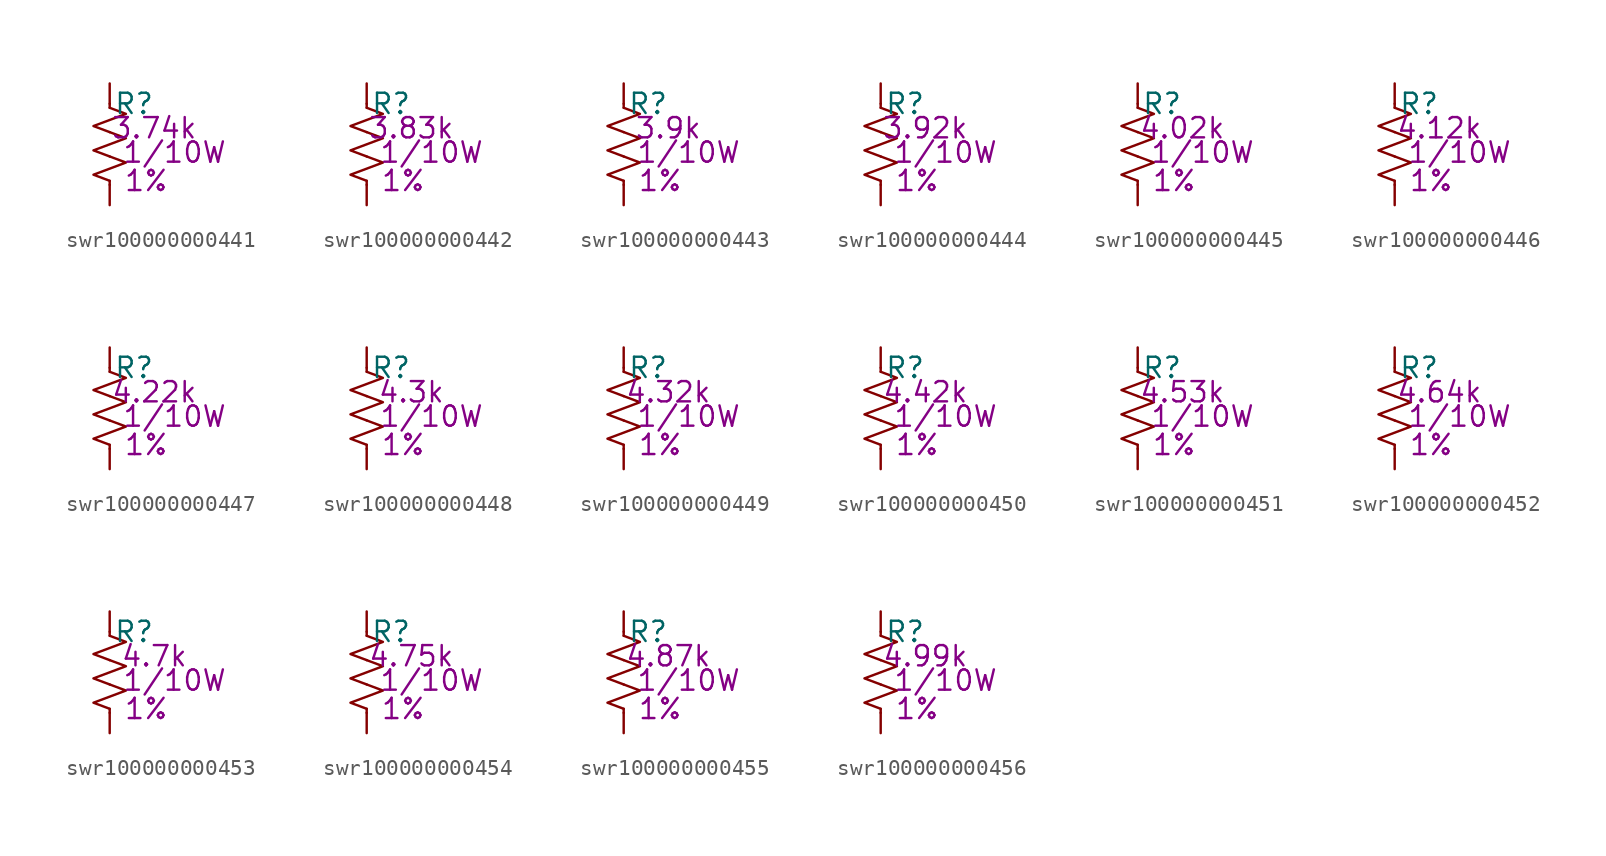
<source format=kicad_sym>
(kicad_symbol_lib
  (version 20211014)
  (generator kicad_symbol_editor)
  (symbol "swr100000000441"
    (pin_numbers hide)
    (pin_names
      (offset 1.016))
    (property "Reference" "R"
      (at 1.524 2.54 0)
      (effects (font (size 1.27 1.27))))
    (property "Tolerance" "1%"
      (at 2.286 -2.286 0)
      (effects (font (size 1.27 1.27))))
    (property "Wattage" "1/10W"
      (at 4.064 -0.508 0)
      (effects (font (size 1.27 1.27))))
    (property "PartValue" "3.74k"
      (at 2.794 1.016 0)
      (effects (font (size 1.27 1.27))))
    (symbol "swr100000000441_1_1"
      (polyline (pts (xy 0 -2.286) (xy 0 -2.54)) (stroke (width 0) (type default) (color 0 0 0 0)) (fill (type none)))
      (polyline (pts (xy 0 2.286) (xy 0 2.54)) (stroke (width 0) (type default) (color 0 0 0 0)) (fill (type none)))
      (polyline (pts (xy 0 -0.762) (xy 1.016 -1.143) (xy 0 -1.524) (xy -1.016 -1.905) (xy 0 -2.286)) (stroke (width 0) (type default) (color 0 0 0 0)) (fill (type none)))
      (polyline (pts (xy 0 0.762) (xy 1.016 0.381) (xy 0 0) (xy -1.016 -0.381) (xy 0 -0.762)) (stroke (width 0) (type default) (color 0 0 0 0)) (fill (type none)))
      (polyline (pts (xy 0 2.286) (xy 1.016 1.905) (xy 0 1.524) (xy -1.016 1.143) (xy 0 0.762)) (stroke (width 0) (type default) (color 0 0 0 0)) (fill (type none)))
      (pin passive line (at 0 3.81 270) (length 1.27) (name "~" (effects (font (size 1.27 1.27)))) (number "1" (effects (font (size 1.27 1.27)))))
      (pin passive line (at 0 -3.81 90) (length 1.27) (name "~" (effects (font (size 1.27 1.27)))) (number "2" (effects (font (size 1.27 1.27)))))))
  (symbol "swr100000000442"
    (pin_numbers hide)
    (pin_names
      (offset 1.016))
    (property "Reference" "R"
      (at 1.524 2.54 0)
      (effects (font (size 1.27 1.27))))
    (property "Tolerance" "1%"
      (at 2.286 -2.286 0)
      (effects (font (size 1.27 1.27))))
    (property "Wattage" "1/10W"
      (at 4.064 -0.508 0)
      (effects (font (size 1.27 1.27))))
    (property "PartValue" "3.83k"
      (at 2.794 1.016 0)
      (effects (font (size 1.27 1.27))))
    (symbol "swr100000000442_1_1"
      (polyline (pts (xy 0 -2.286) (xy 0 -2.54)) (stroke (width 0) (type default) (color 0 0 0 0)) (fill (type none)))
      (polyline (pts (xy 0 2.286) (xy 0 2.54)) (stroke (width 0) (type default) (color 0 0 0 0)) (fill (type none)))
      (polyline (pts (xy 0 -0.762) (xy 1.016 -1.143) (xy 0 -1.524) (xy -1.016 -1.905) (xy 0 -2.286)) (stroke (width 0) (type default) (color 0 0 0 0)) (fill (type none)))
      (polyline (pts (xy 0 0.762) (xy 1.016 0.381) (xy 0 0) (xy -1.016 -0.381) (xy 0 -0.762)) (stroke (width 0) (type default) (color 0 0 0 0)) (fill (type none)))
      (polyline (pts (xy 0 2.286) (xy 1.016 1.905) (xy 0 1.524) (xy -1.016 1.143) (xy 0 0.762)) (stroke (width 0) (type default) (color 0 0 0 0)) (fill (type none)))
      (pin passive line (at 0 3.81 270) (length 1.27) (name "~" (effects (font (size 1.27 1.27)))) (number "1" (effects (font (size 1.27 1.27)))))
      (pin passive line (at 0 -3.81 90) (length 1.27) (name "~" (effects (font (size 1.27 1.27)))) (number "2" (effects (font (size 1.27 1.27)))))))
  (symbol "swr100000000443"
    (pin_numbers hide)
    (pin_names
      (offset 1.016))
    (property "Reference" "R"
      (at 1.524 2.54 0)
      (effects (font (size 1.27 1.27))))
    (property "Tolerance" "1%"
      (at 2.286 -2.286 0)
      (effects (font (size 1.27 1.27))))
    (property "Wattage" "1/10W"
      (at 4.064 -0.508 0)
      (effects (font (size 1.27 1.27))))
    (property "PartValue" "3.9k"
      (at 2.794 1.016 0)
      (effects (font (size 1.27 1.27))))
    (symbol "swr100000000443_1_1"
      (polyline (pts (xy 0 -2.286) (xy 0 -2.54)) (stroke (width 0) (type default) (color 0 0 0 0)) (fill (type none)))
      (polyline (pts (xy 0 2.286) (xy 0 2.54)) (stroke (width 0) (type default) (color 0 0 0 0)) (fill (type none)))
      (polyline (pts (xy 0 -0.762) (xy 1.016 -1.143) (xy 0 -1.524) (xy -1.016 -1.905) (xy 0 -2.286)) (stroke (width 0) (type default) (color 0 0 0 0)) (fill (type none)))
      (polyline (pts (xy 0 0.762) (xy 1.016 0.381) (xy 0 0) (xy -1.016 -0.381) (xy 0 -0.762)) (stroke (width 0) (type default) (color 0 0 0 0)) (fill (type none)))
      (polyline (pts (xy 0 2.286) (xy 1.016 1.905) (xy 0 1.524) (xy -1.016 1.143) (xy 0 0.762)) (stroke (width 0) (type default) (color 0 0 0 0)) (fill (type none)))
      (pin passive line (at 0 3.81 270) (length 1.27) (name "~" (effects (font (size 1.27 1.27)))) (number "1" (effects (font (size 1.27 1.27)))))
      (pin passive line (at 0 -3.81 90) (length 1.27) (name "~" (effects (font (size 1.27 1.27)))) (number "2" (effects (font (size 1.27 1.27)))))))
  (symbol "swr100000000444"
    (pin_numbers hide)
    (pin_names
      (offset 1.016))
    (property "Reference" "R"
      (at 1.524 2.54 0)
      (effects (font (size 1.27 1.27))))
    (property "Tolerance" "1%"
      (at 2.286 -2.286 0)
      (effects (font (size 1.27 1.27))))
    (property "Wattage" "1/10W"
      (at 4.064 -0.508 0)
      (effects (font (size 1.27 1.27))))
    (property "PartValue" "3.92k"
      (at 2.794 1.016 0)
      (effects (font (size 1.27 1.27))))
    (symbol "swr100000000444_1_1"
      (polyline (pts (xy 0 -2.286) (xy 0 -2.54)) (stroke (width 0) (type default) (color 0 0 0 0)) (fill (type none)))
      (polyline (pts (xy 0 2.286) (xy 0 2.54)) (stroke (width 0) (type default) (color 0 0 0 0)) (fill (type none)))
      (polyline (pts (xy 0 -0.762) (xy 1.016 -1.143) (xy 0 -1.524) (xy -1.016 -1.905) (xy 0 -2.286)) (stroke (width 0) (type default) (color 0 0 0 0)) (fill (type none)))
      (polyline (pts (xy 0 0.762) (xy 1.016 0.381) (xy 0 0) (xy -1.016 -0.381) (xy 0 -0.762)) (stroke (width 0) (type default) (color 0 0 0 0)) (fill (type none)))
      (polyline (pts (xy 0 2.286) (xy 1.016 1.905) (xy 0 1.524) (xy -1.016 1.143) (xy 0 0.762)) (stroke (width 0) (type default) (color 0 0 0 0)) (fill (type none)))
      (pin passive line (at 0 3.81 270) (length 1.27) (name "~" (effects (font (size 1.27 1.27)))) (number "1" (effects (font (size 1.27 1.27)))))
      (pin passive line (at 0 -3.81 90) (length 1.27) (name "~" (effects (font (size 1.27 1.27)))) (number "2" (effects (font (size 1.27 1.27)))))))
  (symbol "swr100000000445"
    (pin_numbers hide)
    (pin_names
      (offset 1.016))
    (property "Reference" "R"
      (at 1.524 2.54 0)
      (effects (font (size 1.27 1.27))))
    (property "Tolerance" "1%"
      (at 2.286 -2.286 0)
      (effects (font (size 1.27 1.27))))
    (property "Wattage" "1/10W"
      (at 4.064 -0.508 0)
      (effects (font (size 1.27 1.27))))
    (property "PartValue" "4.02k"
      (at 2.794 1.016 0)
      (effects (font (size 1.27 1.27))))
    (symbol "swr100000000445_1_1"
      (polyline (pts (xy 0 -2.286) (xy 0 -2.54)) (stroke (width 0) (type default) (color 0 0 0 0)) (fill (type none)))
      (polyline (pts (xy 0 2.286) (xy 0 2.54)) (stroke (width 0) (type default) (color 0 0 0 0)) (fill (type none)))
      (polyline (pts (xy 0 -0.762) (xy 1.016 -1.143) (xy 0 -1.524) (xy -1.016 -1.905) (xy 0 -2.286)) (stroke (width 0) (type default) (color 0 0 0 0)) (fill (type none)))
      (polyline (pts (xy 0 0.762) (xy 1.016 0.381) (xy 0 0) (xy -1.016 -0.381) (xy 0 -0.762)) (stroke (width 0) (type default) (color 0 0 0 0)) (fill (type none)))
      (polyline (pts (xy 0 2.286) (xy 1.016 1.905) (xy 0 1.524) (xy -1.016 1.143) (xy 0 0.762)) (stroke (width 0) (type default) (color 0 0 0 0)) (fill (type none)))
      (pin passive line (at 0 3.81 270) (length 1.27) (name "~" (effects (font (size 1.27 1.27)))) (number "1" (effects (font (size 1.27 1.27)))))
      (pin passive line (at 0 -3.81 90) (length 1.27) (name "~" (effects (font (size 1.27 1.27)))) (number "2" (effects (font (size 1.27 1.27)))))))
  (symbol "swr100000000446"
    (pin_numbers hide)
    (pin_names
      (offset 1.016))
    (property "Reference" "R"
      (at 1.524 2.54 0)
      (effects (font (size 1.27 1.27))))
    (property "Tolerance" "1%"
      (at 2.286 -2.286 0)
      (effects (font (size 1.27 1.27))))
    (property "Wattage" "1/10W"
      (at 4.064 -0.508 0)
      (effects (font (size 1.27 1.27))))
    (property "PartValue" "4.12k"
      (at 2.794 1.016 0)
      (effects (font (size 1.27 1.27))))
    (symbol "swr100000000446_1_1"
      (polyline (pts (xy 0 -2.286) (xy 0 -2.54)) (stroke (width 0) (type default) (color 0 0 0 0)) (fill (type none)))
      (polyline (pts (xy 0 2.286) (xy 0 2.54)) (stroke (width 0) (type default) (color 0 0 0 0)) (fill (type none)))
      (polyline (pts (xy 0 -0.762) (xy 1.016 -1.143) (xy 0 -1.524) (xy -1.016 -1.905) (xy 0 -2.286)) (stroke (width 0) (type default) (color 0 0 0 0)) (fill (type none)))
      (polyline (pts (xy 0 0.762) (xy 1.016 0.381) (xy 0 0) (xy -1.016 -0.381) (xy 0 -0.762)) (stroke (width 0) (type default) (color 0 0 0 0)) (fill (type none)))
      (polyline (pts (xy 0 2.286) (xy 1.016 1.905) (xy 0 1.524) (xy -1.016 1.143) (xy 0 0.762)) (stroke (width 0) (type default) (color 0 0 0 0)) (fill (type none)))
      (pin passive line (at 0 3.81 270) (length 1.27) (name "~" (effects (font (size 1.27 1.27)))) (number "1" (effects (font (size 1.27 1.27)))))
      (pin passive line (at 0 -3.81 90) (length 1.27) (name "~" (effects (font (size 1.27 1.27)))) (number "2" (effects (font (size 1.27 1.27)))))))
  (symbol "swr100000000447"
    (pin_numbers hide)
    (pin_names
      (offset 1.016))
    (property "Reference" "R"
      (at 1.524 2.54 0)
      (effects (font (size 1.27 1.27))))
    (property "Tolerance" "1%"
      (at 2.286 -2.286 0)
      (effects (font (size 1.27 1.27))))
    (property "Wattage" "1/10W"
      (at 4.064 -0.508 0)
      (effects (font (size 1.27 1.27))))
    (property "PartValue" "4.22k"
      (at 2.794 1.016 0)
      (effects (font (size 1.27 1.27))))
    (symbol "swr100000000447_1_1"
      (polyline (pts (xy 0 -2.286) (xy 0 -2.54)) (stroke (width 0) (type default) (color 0 0 0 0)) (fill (type none)))
      (polyline (pts (xy 0 2.286) (xy 0 2.54)) (stroke (width 0) (type default) (color 0 0 0 0)) (fill (type none)))
      (polyline (pts (xy 0 -0.762) (xy 1.016 -1.143) (xy 0 -1.524) (xy -1.016 -1.905) (xy 0 -2.286)) (stroke (width 0) (type default) (color 0 0 0 0)) (fill (type none)))
      (polyline (pts (xy 0 0.762) (xy 1.016 0.381) (xy 0 0) (xy -1.016 -0.381) (xy 0 -0.762)) (stroke (width 0) (type default) (color 0 0 0 0)) (fill (type none)))
      (polyline (pts (xy 0 2.286) (xy 1.016 1.905) (xy 0 1.524) (xy -1.016 1.143) (xy 0 0.762)) (stroke (width 0) (type default) (color 0 0 0 0)) (fill (type none)))
      (pin passive line (at 0 3.81 270) (length 1.27) (name "~" (effects (font (size 1.27 1.27)))) (number "1" (effects (font (size 1.27 1.27)))))
      (pin passive line (at 0 -3.81 90) (length 1.27) (name "~" (effects (font (size 1.27 1.27)))) (number "2" (effects (font (size 1.27 1.27)))))))
  (symbol "swr100000000448"
    (pin_numbers hide)
    (pin_names
      (offset 1.016))
    (property "Reference" "R"
      (at 1.524 2.54 0)
      (effects (font (size 1.27 1.27))))
    (property "Tolerance" "1%"
      (at 2.286 -2.286 0)
      (effects (font (size 1.27 1.27))))
    (property "Wattage" "1/10W"
      (at 4.064 -0.508 0)
      (effects (font (size 1.27 1.27))))
    (property "PartValue" "4.3k"
      (at 2.794 1.016 0)
      (effects (font (size 1.27 1.27))))
    (symbol "swr100000000448_1_1"
      (polyline (pts (xy 0 -2.286) (xy 0 -2.54)) (stroke (width 0) (type default) (color 0 0 0 0)) (fill (type none)))
      (polyline (pts (xy 0 2.286) (xy 0 2.54)) (stroke (width 0) (type default) (color 0 0 0 0)) (fill (type none)))
      (polyline (pts (xy 0 -0.762) (xy 1.016 -1.143) (xy 0 -1.524) (xy -1.016 -1.905) (xy 0 -2.286)) (stroke (width 0) (type default) (color 0 0 0 0)) (fill (type none)))
      (polyline (pts (xy 0 0.762) (xy 1.016 0.381) (xy 0 0) (xy -1.016 -0.381) (xy 0 -0.762)) (stroke (width 0) (type default) (color 0 0 0 0)) (fill (type none)))
      (polyline (pts (xy 0 2.286) (xy 1.016 1.905) (xy 0 1.524) (xy -1.016 1.143) (xy 0 0.762)) (stroke (width 0) (type default) (color 0 0 0 0)) (fill (type none)))
      (pin passive line (at 0 3.81 270) (length 1.27) (name "~" (effects (font (size 1.27 1.27)))) (number "1" (effects (font (size 1.27 1.27)))))
      (pin passive line (at 0 -3.81 90) (length 1.27) (name "~" (effects (font (size 1.27 1.27)))) (number "2" (effects (font (size 1.27 1.27)))))))
  (symbol "swr100000000449"
    (pin_numbers hide)
    (pin_names
      (offset 1.016))
    (property "Reference" "R"
      (at 1.524 2.54 0)
      (effects (font (size 1.27 1.27))))
    (property "Tolerance" "1%"
      (at 2.286 -2.286 0)
      (effects (font (size 1.27 1.27))))
    (property "Wattage" "1/10W"
      (at 4.064 -0.508 0)
      (effects (font (size 1.27 1.27))))
    (property "PartValue" "4.32k"
      (at 2.794 1.016 0)
      (effects (font (size 1.27 1.27))))
    (symbol "swr100000000449_1_1"
      (polyline (pts (xy 0 -2.286) (xy 0 -2.54)) (stroke (width 0) (type default) (color 0 0 0 0)) (fill (type none)))
      (polyline (pts (xy 0 2.286) (xy 0 2.54)) (stroke (width 0) (type default) (color 0 0 0 0)) (fill (type none)))
      (polyline (pts (xy 0 -0.762) (xy 1.016 -1.143) (xy 0 -1.524) (xy -1.016 -1.905) (xy 0 -2.286)) (stroke (width 0) (type default) (color 0 0 0 0)) (fill (type none)))
      (polyline (pts (xy 0 0.762) (xy 1.016 0.381) (xy 0 0) (xy -1.016 -0.381) (xy 0 -0.762)) (stroke (width 0) (type default) (color 0 0 0 0)) (fill (type none)))
      (polyline (pts (xy 0 2.286) (xy 1.016 1.905) (xy 0 1.524) (xy -1.016 1.143) (xy 0 0.762)) (stroke (width 0) (type default) (color 0 0 0 0)) (fill (type none)))
      (pin passive line (at 0 3.81 270) (length 1.27) (name "~" (effects (font (size 1.27 1.27)))) (number "1" (effects (font (size 1.27 1.27)))))
      (pin passive line (at 0 -3.81 90) (length 1.27) (name "~" (effects (font (size 1.27 1.27)))) (number "2" (effects (font (size 1.27 1.27)))))))
  (symbol "swr100000000450"
    (pin_numbers hide)
    (pin_names
      (offset 1.016))
    (property "Reference" "R"
      (at 1.524 2.54 0)
      (effects (font (size 1.27 1.27))))
    (property "Tolerance" "1%"
      (at 2.286 -2.286 0)
      (effects (font (size 1.27 1.27))))
    (property "Wattage" "1/10W"
      (at 4.064 -0.508 0)
      (effects (font (size 1.27 1.27))))
    (property "PartValue" "4.42k"
      (at 2.794 1.016 0)
      (effects (font (size 1.27 1.27))))
    (symbol "swr100000000450_1_1"
      (polyline (pts (xy 0 -2.286) (xy 0 -2.54)) (stroke (width 0) (type default) (color 0 0 0 0)) (fill (type none)))
      (polyline (pts (xy 0 2.286) (xy 0 2.54)) (stroke (width 0) (type default) (color 0 0 0 0)) (fill (type none)))
      (polyline (pts (xy 0 -0.762) (xy 1.016 -1.143) (xy 0 -1.524) (xy -1.016 -1.905) (xy 0 -2.286)) (stroke (width 0) (type default) (color 0 0 0 0)) (fill (type none)))
      (polyline (pts (xy 0 0.762) (xy 1.016 0.381) (xy 0 0) (xy -1.016 -0.381) (xy 0 -0.762)) (stroke (width 0) (type default) (color 0 0 0 0)) (fill (type none)))
      (polyline (pts (xy 0 2.286) (xy 1.016 1.905) (xy 0 1.524) (xy -1.016 1.143) (xy 0 0.762)) (stroke (width 0) (type default) (color 0 0 0 0)) (fill (type none)))
      (pin passive line (at 0 3.81 270) (length 1.27) (name "~" (effects (font (size 1.27 1.27)))) (number "1" (effects (font (size 1.27 1.27)))))
      (pin passive line (at 0 -3.81 90) (length 1.27) (name "~" (effects (font (size 1.27 1.27)))) (number "2" (effects (font (size 1.27 1.27)))))))
  (symbol "swr100000000451"
    (pin_numbers hide)
    (pin_names
      (offset 1.016))
    (property "Reference" "R"
      (at 1.524 2.54 0)
      (effects (font (size 1.27 1.27))))
    (property "Tolerance" "1%"
      (at 2.286 -2.286 0)
      (effects (font (size 1.27 1.27))))
    (property "Wattage" "1/10W"
      (at 4.064 -0.508 0)
      (effects (font (size 1.27 1.27))))
    (property "PartValue" "4.53k"
      (at 2.794 1.016 0)
      (effects (font (size 1.27 1.27))))
    (symbol "swr100000000451_1_1"
      (polyline (pts (xy 0 -2.286) (xy 0 -2.54)) (stroke (width 0) (type default) (color 0 0 0 0)) (fill (type none)))
      (polyline (pts (xy 0 2.286) (xy 0 2.54)) (stroke (width 0) (type default) (color 0 0 0 0)) (fill (type none)))
      (polyline (pts (xy 0 -0.762) (xy 1.016 -1.143) (xy 0 -1.524) (xy -1.016 -1.905) (xy 0 -2.286)) (stroke (width 0) (type default) (color 0 0 0 0)) (fill (type none)))
      (polyline (pts (xy 0 0.762) (xy 1.016 0.381) (xy 0 0) (xy -1.016 -0.381) (xy 0 -0.762)) (stroke (width 0) (type default) (color 0 0 0 0)) (fill (type none)))
      (polyline (pts (xy 0 2.286) (xy 1.016 1.905) (xy 0 1.524) (xy -1.016 1.143) (xy 0 0.762)) (stroke (width 0) (type default) (color 0 0 0 0)) (fill (type none)))
      (pin passive line (at 0 3.81 270) (length 1.27) (name "~" (effects (font (size 1.27 1.27)))) (number "1" (effects (font (size 1.27 1.27)))))
      (pin passive line (at 0 -3.81 90) (length 1.27) (name "~" (effects (font (size 1.27 1.27)))) (number "2" (effects (font (size 1.27 1.27)))))))
  (symbol "swr100000000452"
    (pin_numbers hide)
    (pin_names
      (offset 1.016))
    (property "Reference" "R"
      (at 1.524 2.54 0)
      (effects (font (size 1.27 1.27))))
    (property "Tolerance" "1%"
      (at 2.286 -2.286 0)
      (effects (font (size 1.27 1.27))))
    (property "Wattage" "1/10W"
      (at 4.064 -0.508 0)
      (effects (font (size 1.27 1.27))))
    (property "PartValue" "4.64k"
      (at 2.794 1.016 0)
      (effects (font (size 1.27 1.27))))
    (symbol "swr100000000452_1_1"
      (polyline (pts (xy 0 -2.286) (xy 0 -2.54)) (stroke (width 0) (type default) (color 0 0 0 0)) (fill (type none)))
      (polyline (pts (xy 0 2.286) (xy 0 2.54)) (stroke (width 0) (type default) (color 0 0 0 0)) (fill (type none)))
      (polyline (pts (xy 0 -0.762) (xy 1.016 -1.143) (xy 0 -1.524) (xy -1.016 -1.905) (xy 0 -2.286)) (stroke (width 0) (type default) (color 0 0 0 0)) (fill (type none)))
      (polyline (pts (xy 0 0.762) (xy 1.016 0.381) (xy 0 0) (xy -1.016 -0.381) (xy 0 -0.762)) (stroke (width 0) (type default) (color 0 0 0 0)) (fill (type none)))
      (polyline (pts (xy 0 2.286) (xy 1.016 1.905) (xy 0 1.524) (xy -1.016 1.143) (xy 0 0.762)) (stroke (width 0) (type default) (color 0 0 0 0)) (fill (type none)))
      (pin passive line (at 0 3.81 270) (length 1.27) (name "~" (effects (font (size 1.27 1.27)))) (number "1" (effects (font (size 1.27 1.27)))))
      (pin passive line (at 0 -3.81 90) (length 1.27) (name "~" (effects (font (size 1.27 1.27)))) (number "2" (effects (font (size 1.27 1.27)))))))
  (symbol "swr100000000453"
    (pin_numbers hide)
    (pin_names
      (offset 1.016))
    (property "Reference" "R"
      (at 1.524 2.54 0)
      (effects (font (size 1.27 1.27))))
    (property "Tolerance" "1%"
      (at 2.286 -2.286 0)
      (effects (font (size 1.27 1.27))))
    (property "Wattage" "1/10W"
      (at 4.064 -0.508 0)
      (effects (font (size 1.27 1.27))))
    (property "PartValue" "4.7k"
      (at 2.794 1.016 0)
      (effects (font (size 1.27 1.27))))
    (symbol "swr100000000453_1_1"
      (polyline (pts (xy 0 -2.286) (xy 0 -2.54)) (stroke (width 0) (type default) (color 0 0 0 0)) (fill (type none)))
      (polyline (pts (xy 0 2.286) (xy 0 2.54)) (stroke (width 0) (type default) (color 0 0 0 0)) (fill (type none)))
      (polyline (pts (xy 0 -0.762) (xy 1.016 -1.143) (xy 0 -1.524) (xy -1.016 -1.905) (xy 0 -2.286)) (stroke (width 0) (type default) (color 0 0 0 0)) (fill (type none)))
      (polyline (pts (xy 0 0.762) (xy 1.016 0.381) (xy 0 0) (xy -1.016 -0.381) (xy 0 -0.762)) (stroke (width 0) (type default) (color 0 0 0 0)) (fill (type none)))
      (polyline (pts (xy 0 2.286) (xy 1.016 1.905) (xy 0 1.524) (xy -1.016 1.143) (xy 0 0.762)) (stroke (width 0) (type default) (color 0 0 0 0)) (fill (type none)))
      (pin passive line (at 0 3.81 270) (length 1.27) (name "~" (effects (font (size 1.27 1.27)))) (number "1" (effects (font (size 1.27 1.27)))))
      (pin passive line (at 0 -3.81 90) (length 1.27) (name "~" (effects (font (size 1.27 1.27)))) (number "2" (effects (font (size 1.27 1.27)))))))
  (symbol "swr100000000454"
    (pin_numbers hide)
    (pin_names
      (offset 1.016))
    (property "Reference" "R"
      (at 1.524 2.54 0)
      (effects (font (size 1.27 1.27))))
    (property "Tolerance" "1%"
      (at 2.286 -2.286 0)
      (effects (font (size 1.27 1.27))))
    (property "Wattage" "1/10W"
      (at 4.064 -0.508 0)
      (effects (font (size 1.27 1.27))))
    (property "PartValue" "4.75k"
      (at 2.794 1.016 0)
      (effects (font (size 1.27 1.27))))
    (symbol "swr100000000454_1_1"
      (polyline (pts (xy 0 -2.286) (xy 0 -2.54)) (stroke (width 0) (type default) (color 0 0 0 0)) (fill (type none)))
      (polyline (pts (xy 0 2.286) (xy 0 2.54)) (stroke (width 0) (type default) (color 0 0 0 0)) (fill (type none)))
      (polyline (pts (xy 0 -0.762) (xy 1.016 -1.143) (xy 0 -1.524) (xy -1.016 -1.905) (xy 0 -2.286)) (stroke (width 0) (type default) (color 0 0 0 0)) (fill (type none)))
      (polyline (pts (xy 0 0.762) (xy 1.016 0.381) (xy 0 0) (xy -1.016 -0.381) (xy 0 -0.762)) (stroke (width 0) (type default) (color 0 0 0 0)) (fill (type none)))
      (polyline (pts (xy 0 2.286) (xy 1.016 1.905) (xy 0 1.524) (xy -1.016 1.143) (xy 0 0.762)) (stroke (width 0) (type default) (color 0 0 0 0)) (fill (type none)))
      (pin passive line (at 0 3.81 270) (length 1.27) (name "~" (effects (font (size 1.27 1.27)))) (number "1" (effects (font (size 1.27 1.27)))))
      (pin passive line (at 0 -3.81 90) (length 1.27) (name "~" (effects (font (size 1.27 1.27)))) (number "2" (effects (font (size 1.27 1.27)))))))
  (symbol "swr100000000455"
    (pin_numbers hide)
    (pin_names
      (offset 1.016))
    (property "Reference" "R"
      (at 1.524 2.54 0)
      (effects (font (size 1.27 1.27))))
    (property "Tolerance" "1%"
      (at 2.286 -2.286 0)
      (effects (font (size 1.27 1.27))))
    (property "Wattage" "1/10W"
      (at 4.064 -0.508 0)
      (effects (font (size 1.27 1.27))))
    (property "PartValue" "4.87k"
      (at 2.794 1.016 0)
      (effects (font (size 1.27 1.27))))
    (symbol "swr100000000455_1_1"
      (polyline (pts (xy 0 -2.286) (xy 0 -2.54)) (stroke (width 0) (type default) (color 0 0 0 0)) (fill (type none)))
      (polyline (pts (xy 0 2.286) (xy 0 2.54)) (stroke (width 0) (type default) (color 0 0 0 0)) (fill (type none)))
      (polyline (pts (xy 0 -0.762) (xy 1.016 -1.143) (xy 0 -1.524) (xy -1.016 -1.905) (xy 0 -2.286)) (stroke (width 0) (type default) (color 0 0 0 0)) (fill (type none)))
      (polyline (pts (xy 0 0.762) (xy 1.016 0.381) (xy 0 0) (xy -1.016 -0.381) (xy 0 -0.762)) (stroke (width 0) (type default) (color 0 0 0 0)) (fill (type none)))
      (polyline (pts (xy 0 2.286) (xy 1.016 1.905) (xy 0 1.524) (xy -1.016 1.143) (xy 0 0.762)) (stroke (width 0) (type default) (color 0 0 0 0)) (fill (type none)))
      (pin passive line (at 0 3.81 270) (length 1.27) (name "~" (effects (font (size 1.27 1.27)))) (number "1" (effects (font (size 1.27 1.27)))))
      (pin passive line (at 0 -3.81 90) (length 1.27) (name "~" (effects (font (size 1.27 1.27)))) (number "2" (effects (font (size 1.27 1.27)))))))
  (symbol "swr100000000456"
    (pin_numbers hide)
    (pin_names
      (offset 1.016))
    (property "Reference" "R"
      (at 1.524 2.54 0)
      (effects (font (size 1.27 1.27))))
    (property "Tolerance" "1%"
      (at 2.286 -2.286 0)
      (effects (font (size 1.27 1.27))))
    (property "Wattage" "1/10W"
      (at 4.064 -0.508 0)
      (effects (font (size 1.27 1.27))))
    (property "PartValue" "4.99k"
      (at 2.794 1.016 0)
      (effects (font (size 1.27 1.27))))
    (symbol "swr100000000456_1_1"
      (polyline (pts (xy 0 -2.286) (xy 0 -2.54)) (stroke (width 0) (type default) (color 0 0 0 0)) (fill (type none)))
      (polyline (pts (xy 0 2.286) (xy 0 2.54)) (stroke (width 0) (type default) (color 0 0 0 0)) (fill (type none)))
      (polyline (pts (xy 0 -0.762) (xy 1.016 -1.143) (xy 0 -1.524) (xy -1.016 -1.905) (xy 0 -2.286)) (stroke (width 0) (type default) (color 0 0 0 0)) (fill (type none)))
      (polyline (pts (xy 0 0.762) (xy 1.016 0.381) (xy 0 0) (xy -1.016 -0.381) (xy 0 -0.762)) (stroke (width 0) (type default) (color 0 0 0 0)) (fill (type none)))
      (polyline (pts (xy 0 2.286) (xy 1.016 1.905) (xy 0 1.524) (xy -1.016 1.143) (xy 0 0.762)) (stroke (width 0) (type default) (color 0 0 0 0)) (fill (type none)))
      (pin passive line (at 0 3.81 270) (length 1.27) (name "~" (effects (font (size 1.27 1.27)))) (number "1" (effects (font (size 1.27 1.27)))))
      (pin passive line (at 0 -3.81 90) (length 1.27) (name "~" (effects (font (size 1.27 1.27)))) (number "2" (effects (font (size 1.27 1.27))))))))
</source>
